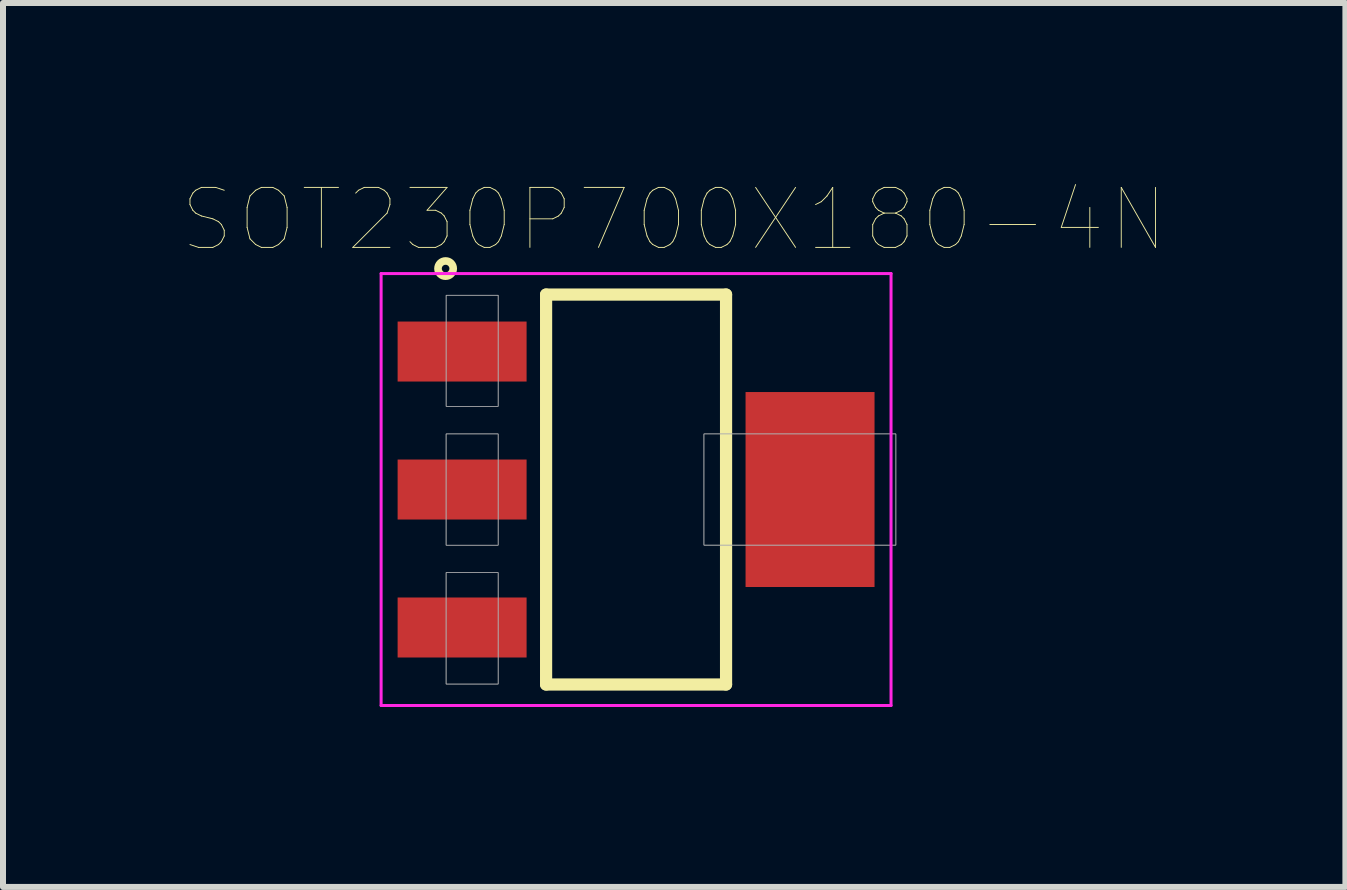
<source format=kicad_pcb>
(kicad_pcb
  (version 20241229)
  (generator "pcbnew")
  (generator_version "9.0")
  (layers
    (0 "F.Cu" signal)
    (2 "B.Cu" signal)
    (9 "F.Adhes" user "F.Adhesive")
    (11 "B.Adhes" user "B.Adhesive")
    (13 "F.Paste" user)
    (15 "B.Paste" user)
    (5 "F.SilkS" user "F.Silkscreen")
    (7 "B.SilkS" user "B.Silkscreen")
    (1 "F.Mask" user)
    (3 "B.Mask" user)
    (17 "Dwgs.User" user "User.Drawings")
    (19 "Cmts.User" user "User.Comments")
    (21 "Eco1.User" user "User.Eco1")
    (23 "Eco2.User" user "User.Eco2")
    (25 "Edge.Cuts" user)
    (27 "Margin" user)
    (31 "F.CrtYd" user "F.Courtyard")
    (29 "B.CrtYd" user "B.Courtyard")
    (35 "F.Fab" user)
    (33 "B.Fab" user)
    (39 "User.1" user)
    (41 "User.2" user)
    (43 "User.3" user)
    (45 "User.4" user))
  (footprint "SOT230P700X180-4N"
    (layer "F.Cu")
    (at 7.553 5.11)
    (property "Reference" "SOT230P700X180-4N" (at 0.635 -4.498 0) (layer "F.SilkS") (effects (font (size 1 1) (thickness 0.015))))
    (attr through_hole)
    (fp_line (start -1.5 -3.25) (end 1.5 -3.25) (stroke (width 0.203) (type solid)) (layer "F.SilkS"))
    (fp_line (start -1.5 3.25) (end -1.5 -3.25) (stroke (width 0.203) (type solid)) (layer "F.SilkS"))
    (fp_line (start 1.5 -3.25) (end 1.5 3.25) (stroke (width 0.203) (type solid)) (layer "F.SilkS"))
    (fp_line (start 1.5 3.25) (end -1.5 3.25) (stroke (width 0.203) (type solid)) (layer "F.SilkS"))
    (fp_circle (center -3.175 -3.683) (end -3.048 -3.683) (stroke (width 0.127) (type solid)) (fill no) (layer "F.SilkS"))
    (fp_line (start -4.25 -3.6) (end 4.25 -3.6) (stroke (width 0.05) (type solid)) (layer "F.CrtYd"))
    (fp_line (start -4.25 3.6) (end -4.25 -3.6) (stroke (width 0.05) (type solid)) (layer "F.CrtYd"))
    (fp_line (start 4.25 -3.6) (end 4.25 3.6) (stroke (width 0.05) (type solid)) (layer "F.CrtYd"))
    (fp_line (start 4.25 3.6) (end -4.25 3.6) (stroke (width 0.05) (type solid)) (layer "F.CrtYd"))
    (fp_poly (pts (xy -3.168 1.384) (xy -2.299 1.384) (xy -2.299 3.244) (xy -3.168 3.244)) (stroke (width 0.01) (type solid)) (fill no) (layer "F.Fab"))
    (fp_poly (pts (xy -3.168 -0.927) (xy -2.299 -0.927) (xy -2.299 0.929) (xy -3.168 0.929)) (stroke (width 0.01) (type solid)) (fill no) (layer "F.Fab"))
    (fp_poly (pts (xy -3.167 -3.239) (xy -2.299 -3.239) (xy -2.299 -1.386) (xy -3.167 -1.386)) (stroke (width 0.01) (type solid)) (fill no) (layer "F.Fab"))
    (fp_poly (pts (xy -3.166 -3.239) (xy -2.299 -3.239) (xy -2.299 -1.386) (xy -3.166 -1.386)) (stroke (width 0.01) (type solid)) (fill no) (layer "F.Fab"))
    (fp_poly (pts (xy -3.166 -0.927) (xy -2.299 -0.927) (xy -2.299 0.928) (xy -3.166 0.928)) (stroke (width 0.01) (type solid)) (fill no) (layer "F.Fab"))
    (fp_poly (pts (xy -3.166 1.384) (xy -2.299 1.384) (xy -2.299 3.242) (xy -3.166 3.242)) (stroke (width 0.01) (type solid)) (fill no) (layer "F.Fab"))
    (fp_poly (pts (xy 1.13 -0.927) (xy 4.331 -0.927) (xy 4.331 0.927) (xy 1.13 0.927)) (stroke (width 0.01) (type solid)) (fill no) (layer "F.Fab"))
    (fp_poly (pts (xy 1.132 -0.927) (xy 4.331 -0.927) (xy 4.331 0.928) (xy 1.132 0.928)) (stroke (width 0.01) (type solid)) (fill no) (layer "F.Fab"))
    (pad "1" smd rect (at -2.9 -2.3) (size 2.15 1) (layers "F.Cu" "F.Mask" "F.Paste"))
    (pad "2" smd rect (at -2.9 0) (size 2.15 1) (layers "F.Cu" "F.Mask" "F.Paste"))
    (pad "3" smd rect (at -2.9 2.3) (size 2.15 1) (layers "F.Cu" "F.Mask" "F.Paste"))
    (pad "4" smd rect (at 2.9 0) (size 2.15 3.25) (layers "F.Cu" "F.Mask" "F.Paste")))
  (gr_rect
    (start -3 -3)
    (end 19.377 11.735)
    (stroke (width 0.1) (type default))
    (fill no)
    (layer "Edge.Cuts")))
</source>
